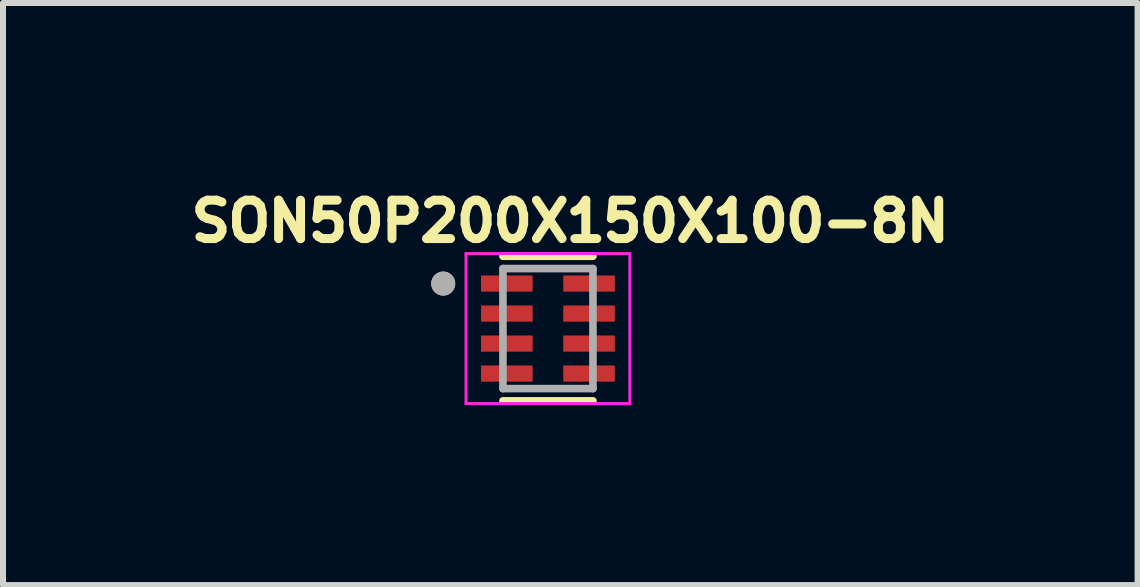
<source format=kicad_pcb>
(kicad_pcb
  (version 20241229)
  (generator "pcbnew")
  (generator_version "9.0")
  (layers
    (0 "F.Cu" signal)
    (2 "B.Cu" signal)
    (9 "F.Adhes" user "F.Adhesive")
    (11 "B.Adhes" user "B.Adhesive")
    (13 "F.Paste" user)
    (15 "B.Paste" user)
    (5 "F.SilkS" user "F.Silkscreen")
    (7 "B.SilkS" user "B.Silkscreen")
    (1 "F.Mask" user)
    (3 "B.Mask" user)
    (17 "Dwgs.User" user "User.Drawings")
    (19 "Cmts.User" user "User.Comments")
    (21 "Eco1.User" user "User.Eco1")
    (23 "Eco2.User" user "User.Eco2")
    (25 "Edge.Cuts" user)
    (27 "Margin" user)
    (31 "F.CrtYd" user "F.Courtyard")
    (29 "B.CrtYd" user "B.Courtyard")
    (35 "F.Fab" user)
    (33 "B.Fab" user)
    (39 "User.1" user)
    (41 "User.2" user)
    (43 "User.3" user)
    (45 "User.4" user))
  (footprint "SON50P200X150X100-8N"
    (layer "F.Cu")
    (at 6.082 2.426)
    (property "Reference" "SON50P200X150X100-8N" (at 0.372 -1.788 0) (layer "F.SilkS") (effects (font (size 0.64 0.64) (thickness 0.15))))
    (attr smd)
    (fp_line (start -0.75 -1.205) (end 0.75 -1.205) (stroke (width 0.127) (type solid)) (layer "F.SilkS"))
    (fp_line (start -0.75 1.205) (end 0.75 1.205) (stroke (width 0.127) (type solid)) (layer "F.SilkS"))
    (fp_circle (center -1.745 -0.75) (end -1.645 -0.75) (stroke (width 0.2) (type solid)) (fill no) (layer "F.SilkS"))
    (fp_line (start -1.365 -1.25) (end -1.365 1.25) (stroke (width 0.05) (type solid)) (layer "F.CrtYd"))
    (fp_line (start -1.365 -1.25) (end 1.365 -1.25) (stroke (width 0.05) (type solid)) (layer "F.CrtYd"))
    (fp_line (start -1.365 1.25) (end 1.365 1.25) (stroke (width 0.05) (type solid)) (layer "F.CrtYd"))
    (fp_line (start 1.365 -1.25) (end 1.365 1.25) (stroke (width 0.05) (type solid)) (layer "F.CrtYd"))
    (fp_line (start -0.75 -1) (end -0.75 1) (stroke (width 0.127) (type solid)) (layer "F.Fab"))
    (fp_line (start -0.75 -1) (end 0.75 -1) (stroke (width 0.127) (type solid)) (layer "F.Fab"))
    (fp_line (start -0.75 1) (end 0.75 1) (stroke (width 0.127) (type solid)) (layer "F.Fab"))
    (fp_line (start 0.75 -1) (end 0.75 1) (stroke (width 0.127) (type solid)) (layer "F.Fab"))
    (fp_circle (center -1.745 -0.75) (end -1.645 -0.75) (stroke (width 0.2) (type solid)) (fill no) (layer "F.Fab"))
    (pad "1" smd roundrect (at -0.685 -0.75) (size 0.86 0.27) (layers "F.Cu" "F.Mask" "F.Paste") (roundrect_rratio 0.03))
    (pad "2" smd roundrect (at -0.685 -0.25) (size 0.86 0.27) (layers "F.Cu" "F.Mask" "F.Paste") (roundrect_rratio 0.03))
    (pad "3" smd roundrect (at -0.685 0.25) (size 0.86 0.27) (layers "F.Cu" "F.Mask" "F.Paste") (roundrect_rratio 0.03))
    (pad "4" smd roundrect (at -0.685 0.75) (size 0.86 0.27) (layers "F.Cu" "F.Mask" "F.Paste") (roundrect_rratio 0.03))
    (pad "5" smd roundrect (at 0.685 0.75) (size 0.86 0.27) (layers "F.Cu" "F.Mask" "F.Paste") (roundrect_rratio 0.03))
    (pad "6" smd roundrect (at 0.685 0.25) (size 0.86 0.27) (layers "F.Cu" "F.Mask" "F.Paste") (roundrect_rratio 0.03))
    (pad "7" smd roundrect (at 0.685 -0.25) (size 0.86 0.27) (layers "F.Cu" "F.Mask" "F.Paste") (roundrect_rratio 0.03))
    (pad "8" smd roundrect (at 0.685 -0.75) (size 0.86 0.27) (layers "F.Cu" "F.Mask" "F.Paste") (roundrect_rratio 0.03)))
  (gr_rect
    (start -3 -3)
    (end 15.909 6.701)
    (stroke (width 0.1) (type default))
    (fill no)
    (layer "Edge.Cuts")))
</source>
